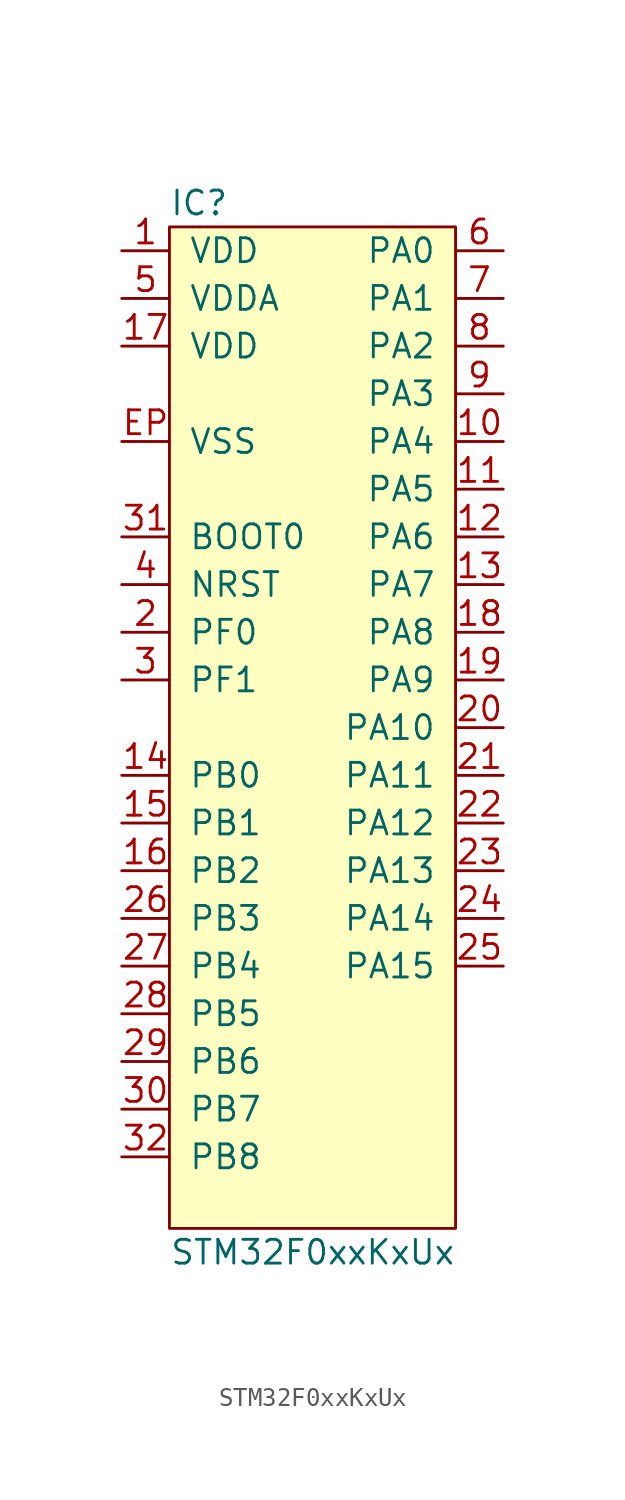
<source format=kicad_sym>
(kicad_symbol_lib
  (version 20211014)
  (generator agg_kicad.build_lib_ic)
  (symbol "STM32F0xxKxUx"
    (pin_names
      (offset 1.016))
    (property Reference IC
      (at -7.62 27.94 0)
      (effects (font (size 1.27 1.27)) (justify left)))
    (property Value "STM32F0xxKxUx"
      (at -7.62 -27.94 0)
      (effects (font (size 1.27 1.27)) (justify left)))
    (symbol "STM32F0xxKxUx_0_0"
      (rectangle (start -7.62 26.67) (end 7.62 -26.67) (stroke (width 0) (type default) (color 0 0 0 0)) (fill (type background)))
      (pin power_in line (at -10.16 25.4 0) (length 2.54) (name VDD (effects (font (size 1.27 1.27)))) (number "1" (effects (font (size 1.27 1.27)))))
      (pin power_in line (at -10.16 22.86 0) (length 2.54) (name VDDA (effects (font (size 1.27 1.27)))) (number "5" (effects (font (size 1.27 1.27)))))
      (pin power_in line (at -10.16 20.32 0) (length 2.54) (name VDD (effects (font (size 1.27 1.27)))) (number "17" (effects (font (size 1.27 1.27)))))
      (pin power_in line (at -10.16 15.24 0) (length 2.54) (name VSS (effects (font (size 1.27 1.27)))) (number EP (effects (font (size 1.27 1.27)))))
      (pin input line (at -10.16 10.16 0) (length 2.54) (name "BOOT0" (effects (font (size 1.27 1.27)))) (number "31" (effects (font (size 1.27 1.27)))))
      (pin input line (at -10.16 7.62 0) (length 2.54) (name NRST (effects (font (size 1.27 1.27)))) (number "4" (effects (font (size 1.27 1.27)))))
      (pin bidirectional line (at -10.16 5.08 0) (length 2.54) (name "PF0" (effects (font (size 1.27 1.27)))) (number "2" (effects (font (size 1.27 1.27)))))
      (pin bidirectional line (at -10.16 2.54 0) (length 2.54) (name "PF1" (effects (font (size 1.27 1.27)))) (number "3" (effects (font (size 1.27 1.27)))))
      (pin bidirectional line (at -10.16 -2.54 0) (length 2.54) (name "PB0" (effects (font (size 1.27 1.27)))) (number "14" (effects (font (size 1.27 1.27)))))
      (pin bidirectional line (at -10.16 -5.08 0) (length 2.54) (name "PB1" (effects (font (size 1.27 1.27)))) (number "15" (effects (font (size 1.27 1.27)))))
      (pin bidirectional line (at -10.16 -7.62 0) (length 2.54) (name "PB2" (effects (font (size 1.27 1.27)))) (number "16" (effects (font (size 1.27 1.27)))))
      (pin bidirectional line (at -10.16 -10.16 0) (length 2.54) (name "PB3" (effects (font (size 1.27 1.27)))) (number "26" (effects (font (size 1.27 1.27)))))
      (pin bidirectional line (at -10.16 -12.7 0) (length 2.54) (name "PB4" (effects (font (size 1.27 1.27)))) (number "27" (effects (font (size 1.27 1.27)))))
      (pin bidirectional line (at -10.16 -15.24 0) (length 2.54) (name "PB5" (effects (font (size 1.27 1.27)))) (number "28" (effects (font (size 1.27 1.27)))))
      (pin bidirectional line (at -10.16 -17.78 0) (length 2.54) (name "PB6" (effects (font (size 1.27 1.27)))) (number "29" (effects (font (size 1.27 1.27)))))
      (pin bidirectional line (at -10.16 -20.32 0) (length 2.54) (name "PB7" (effects (font (size 1.27 1.27)))) (number "30" (effects (font (size 1.27 1.27)))))
      (pin bidirectional line (at -10.16 -22.86 0) (length 2.54) (name "PB8" (effects (font (size 1.27 1.27)))) (number "32" (effects (font (size 1.27 1.27)))))
      (pin bidirectional line (at 10.16 25.4 180) (length 2.54) (name "PA0" (effects (font (size 1.27 1.27)))) (number "6" (effects (font (size 1.27 1.27)))))
      (pin bidirectional line (at 10.16 22.86 180) (length 2.54) (name "PA1" (effects (font (size 1.27 1.27)))) (number "7" (effects (font (size 1.27 1.27)))))
      (pin bidirectional line (at 10.16 20.32 180) (length 2.54) (name "PA2" (effects (font (size 1.27 1.27)))) (number "8" (effects (font (size 1.27 1.27)))))
      (pin bidirectional line (at 10.16 17.78 180) (length 2.54) (name "PA3" (effects (font (size 1.27 1.27)))) (number "9" (effects (font (size 1.27 1.27)))))
      (pin bidirectional line (at 10.16 15.24 180) (length 2.54) (name "PA4" (effects (font (size 1.27 1.27)))) (number "10" (effects (font (size 1.27 1.27)))))
      (pin bidirectional line (at 10.16 12.7 180) (length 2.54) (name "PA5" (effects (font (size 1.27 1.27)))) (number "11" (effects (font (size 1.27 1.27)))))
      (pin bidirectional line (at 10.16 10.16 180) (length 2.54) (name "PA6" (effects (font (size 1.27 1.27)))) (number "12" (effects (font (size 1.27 1.27)))))
      (pin bidirectional line (at 10.16 7.62 180) (length 2.54) (name "PA7" (effects (font (size 1.27 1.27)))) (number "13" (effects (font (size 1.27 1.27)))))
      (pin bidirectional line (at 10.16 5.08 180) (length 2.54) (name "PA8" (effects (font (size 1.27 1.27)))) (number "18" (effects (font (size 1.27 1.27)))))
      (pin bidirectional line (at 10.16 2.54 180) (length 2.54) (name "PA9" (effects (font (size 1.27 1.27)))) (number "19" (effects (font (size 1.27 1.27)))))
      (pin bidirectional line (at 10.16 0 180) (length 2.54) (name "PA10" (effects (font (size 1.27 1.27)))) (number "20" (effects (font (size 1.27 1.27)))))
      (pin bidirectional line (at 10.16 -2.54 180) (length 2.54) (name "PA11" (effects (font (size 1.27 1.27)))) (number "21" (effects (font (size 1.27 1.27)))))
      (pin bidirectional line (at 10.16 -5.08 180) (length 2.54) (name "PA12" (effects (font (size 1.27 1.27)))) (number "22" (effects (font (size 1.27 1.27)))))
      (pin bidirectional line (at 10.16 -7.62 180) (length 2.54) (name "PA13" (effects (font (size 1.27 1.27)))) (number "23" (effects (font (size 1.27 1.27)))))
      (pin bidirectional line (at 10.16 -10.16 180) (length 2.54) (name "PA14" (effects (font (size 1.27 1.27)))) (number "24" (effects (font (size 1.27 1.27)))))
      (pin bidirectional line (at 10.16 -12.7 180) (length 2.54) (name "PA15" (effects (font (size 1.27 1.27)))) (number "25" (effects (font (size 1.27 1.27))))))))
</source>
